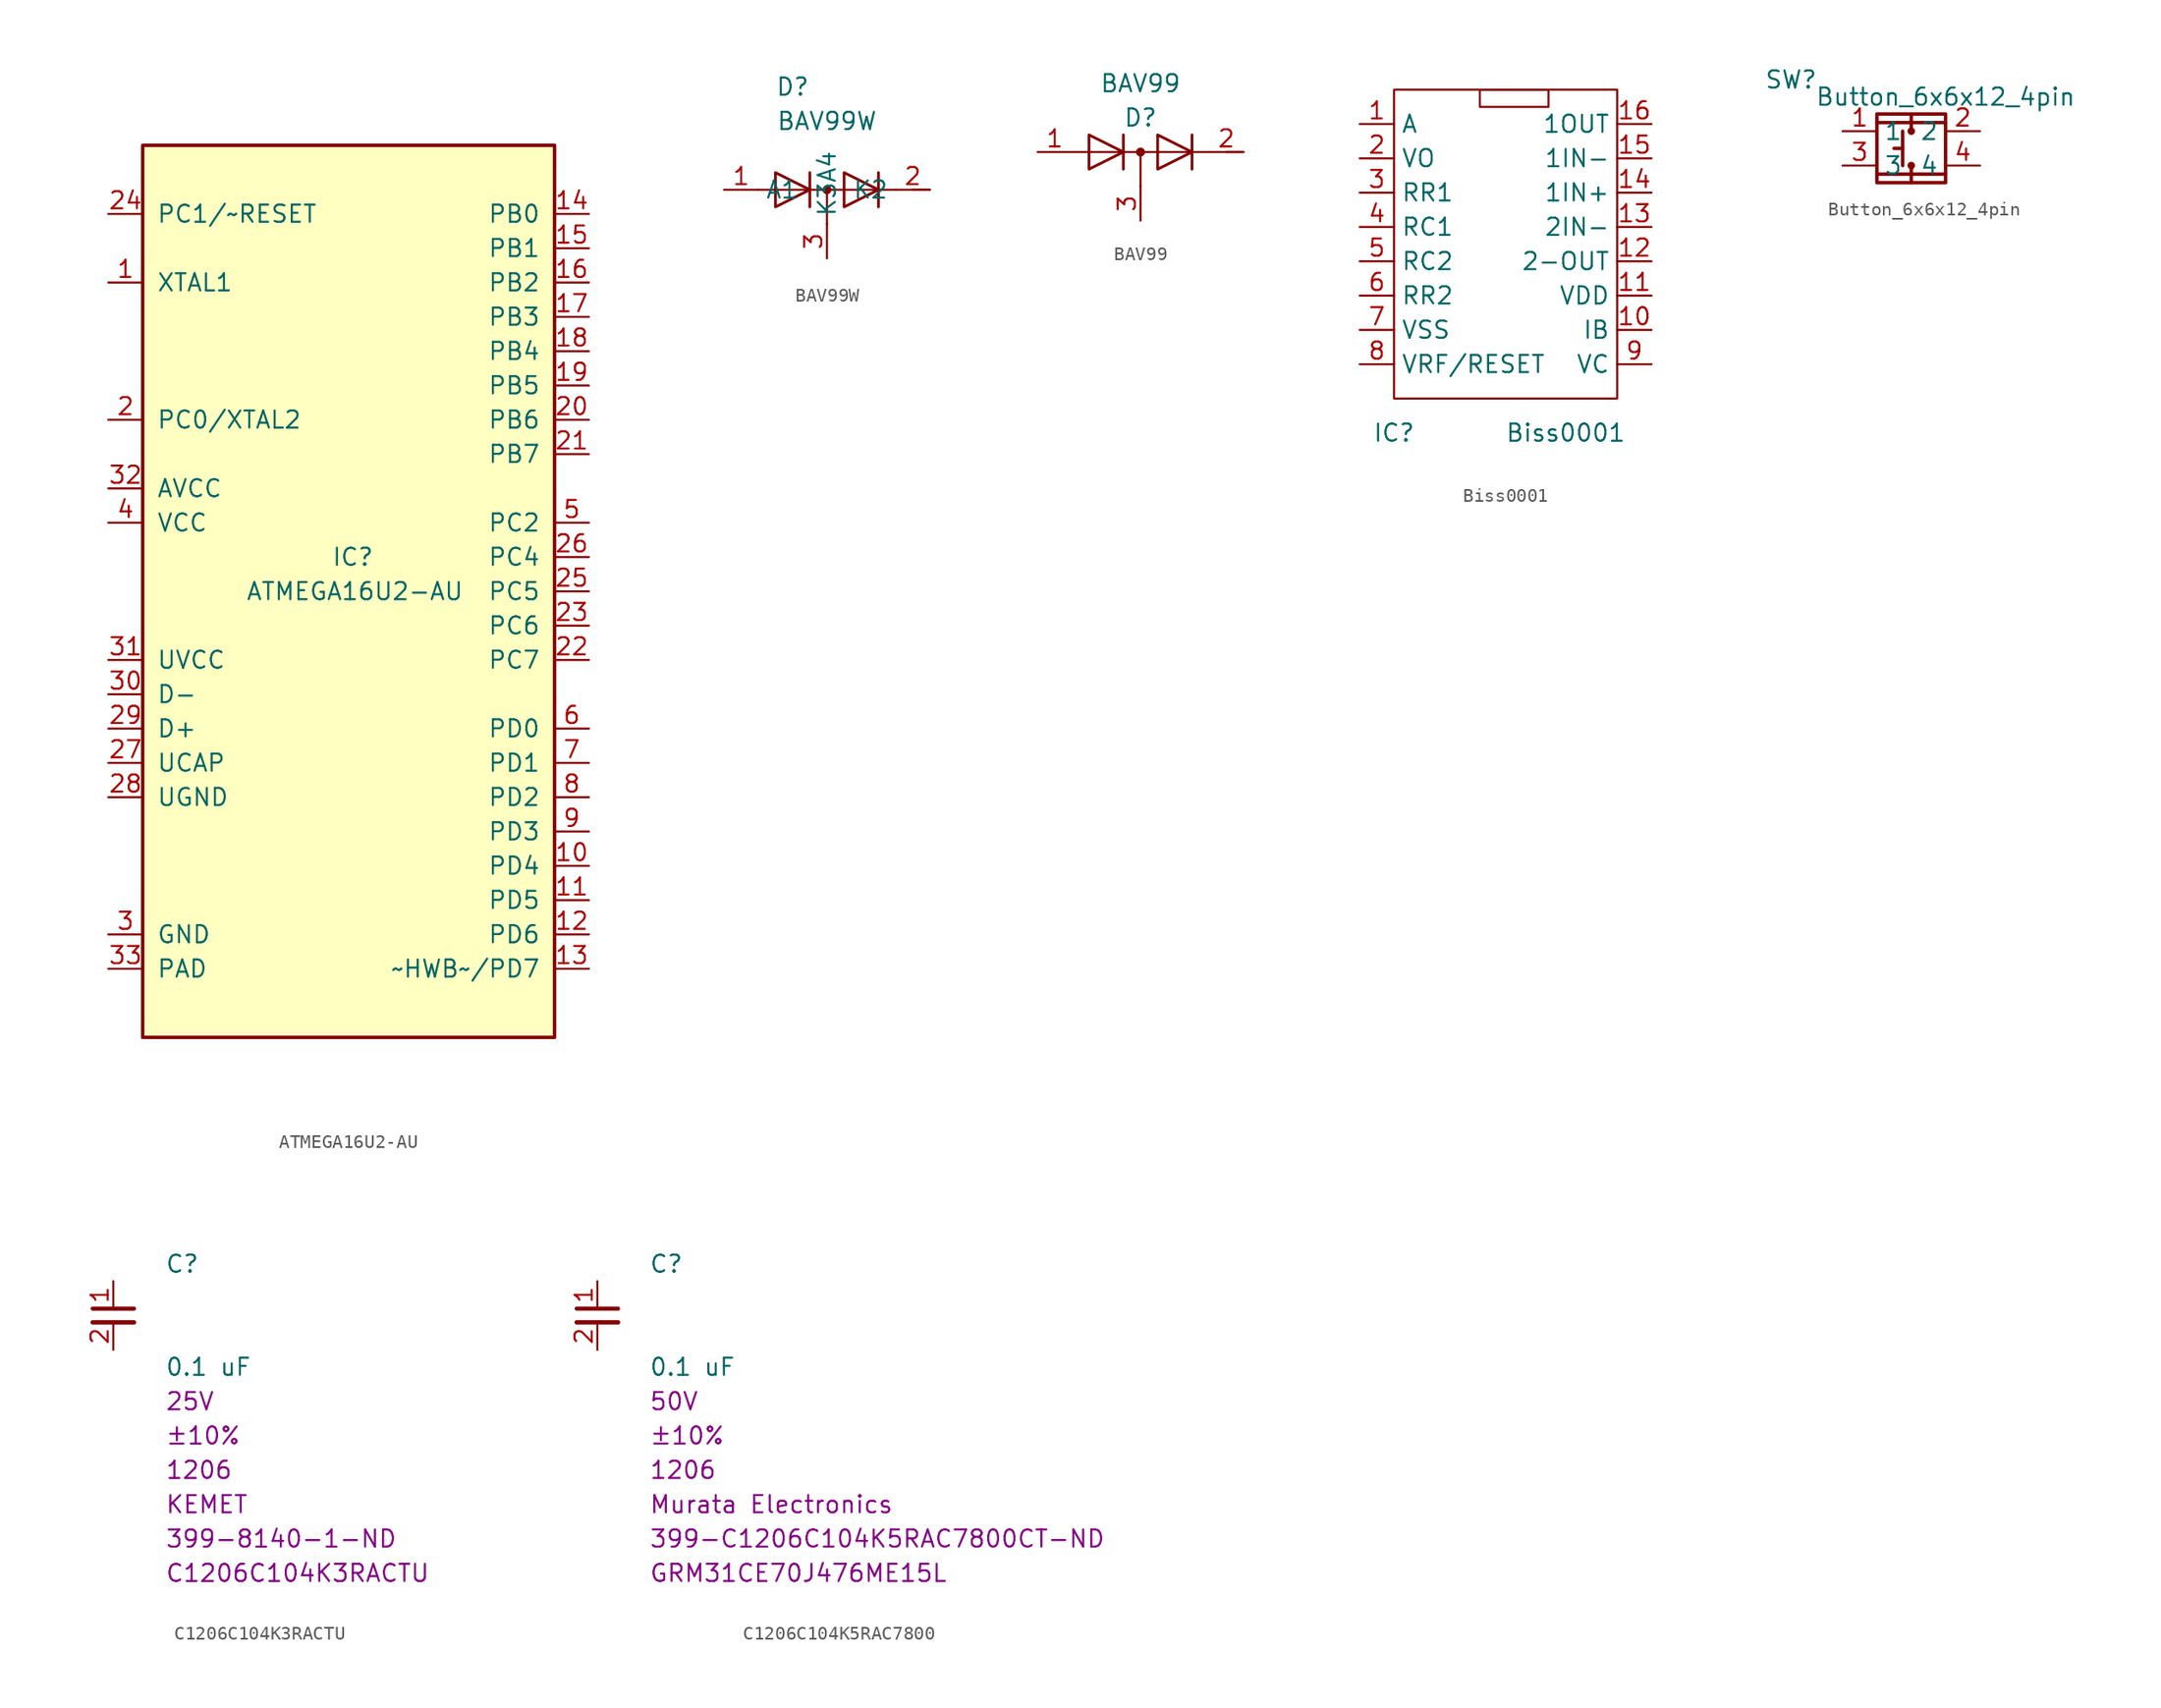
<source format=kicad_sym>
(kicad_symbol_lib
  (version 20220914)
  (generator kicad_symbol_editor)
  (symbol "ATMEGA16U2-AU"
    (pin_names
      (offset 1.016))
    (property "Reference" "IC"
      (at -1.27 2.54 0)
      (effects (font (size 1.27 1.27)) (justify left)))
    (property "Value" "ATMEGA16U2-AU"
      (at -7.62 0 0)
      (effects (font (size 1.27 1.27)) (justify left)))
    (symbol "ATMEGA16U2-AU_1_1"
      (rectangle (start -15.24 -33.02) (end 15.24 33.02) (stroke (width 0.254) (type default)) (fill (type background)))
      (pin input line (at -17.78 22.86 0) (length 2.54) (name "XTAL1" (effects (font (size 1.27 1.27)))) (number "1" (effects (font (size 1.27 1.27)))))
      (pin bidirectional line (at 17.78 -20.32 180) (length 2.54) (name "PD4" (effects (font (size 1.27 1.27)))) (number "10" (effects (font (size 1.27 1.27)))))
      (pin bidirectional line (at 17.78 -22.86 180) (length 2.54) (name "PD5" (effects (font (size 1.27 1.27)))) (number "11" (effects (font (size 1.27 1.27)))))
      (pin bidirectional line (at 17.78 -25.4 180) (length 2.54) (name "PD6" (effects (font (size 1.27 1.27)))) (number "12" (effects (font (size 1.27 1.27)))))
      (pin bidirectional line (at 17.78 -27.94 180) (length 2.54) (name "~HWB~/PD7" (effects (font (size 1.27 1.27)))) (number "13" (effects (font (size 1.27 1.27)))))
      (pin bidirectional line (at 17.78 27.94 180) (length 2.54) (name "PB0" (effects (font (size 1.27 1.27)))) (number "14" (effects (font (size 1.27 1.27)))))
      (pin bidirectional line (at 17.78 25.4 180) (length 2.54) (name "PB1" (effects (font (size 1.27 1.27)))) (number "15" (effects (font (size 1.27 1.27)))))
      (pin bidirectional line (at 17.78 22.86 180) (length 2.54) (name "PB2" (effects (font (size 1.27 1.27)))) (number "16" (effects (font (size 1.27 1.27)))))
      (pin bidirectional line (at 17.78 20.32 180) (length 2.54) (name "PB3" (effects (font (size 1.27 1.27)))) (number "17" (effects (font (size 1.27 1.27)))))
      (pin bidirectional line (at 17.78 17.78 180) (length 2.54) (name "PB4" (effects (font (size 1.27 1.27)))) (number "18" (effects (font (size 1.27 1.27)))))
      (pin bidirectional line (at 17.78 15.24 180) (length 2.54) (name "PB5" (effects (font (size 1.27 1.27)))) (number "19" (effects (font (size 1.27 1.27)))))
      (pin bidirectional line (at -17.78 12.7 0) (length 2.54) (name "PC0/XTAL2" (effects (font (size 1.27 1.27)))) (number "2" (effects (font (size 1.27 1.27)))))
      (pin bidirectional line (at 17.78 12.7 180) (length 2.54) (name "PB6" (effects (font (size 1.27 1.27)))) (number "20" (effects (font (size 1.27 1.27)))))
      (pin bidirectional line (at 17.78 10.16 180) (length 2.54) (name "PB7" (effects (font (size 1.27 1.27)))) (number "21" (effects (font (size 1.27 1.27)))))
      (pin bidirectional line (at 17.78 -5.08 180) (length 2.54) (name "PC7" (effects (font (size 1.27 1.27)))) (number "22" (effects (font (size 1.27 1.27)))))
      (pin bidirectional line (at 17.78 -2.54 180) (length 2.54) (name "PC6" (effects (font (size 1.27 1.27)))) (number "23" (effects (font (size 1.27 1.27)))))
      (pin bidirectional line (at -17.78 27.94 0) (length 2.54) (name "PC1/~RESET" (effects (font (size 1.27 1.27)))) (number "24" (effects (font (size 1.27 1.27)))))
      (pin bidirectional line (at 17.78 0 180) (length 2.54) (name "PC5" (effects (font (size 1.27 1.27)))) (number "25" (effects (font (size 1.27 1.27)))))
      (pin bidirectional line (at 17.78 2.54 180) (length 2.54) (name "PC4" (effects (font (size 1.27 1.27)))) (number "26" (effects (font (size 1.27 1.27)))))
      (pin passive line (at -17.78 -12.7 0) (length 2.54) (name "UCAP" (effects (font (size 1.27 1.27)))) (number "27" (effects (font (size 1.27 1.27)))))
      (pin power_in line (at -17.78 -15.24 0) (length 2.54) (name "UGND" (effects (font (size 1.27 1.27)))) (number "28" (effects (font (size 1.27 1.27)))))
      (pin bidirectional line (at -17.78 -10.16 0) (length 2.54) (name "D+" (effects (font (size 1.27 1.27)))) (number "29" (effects (font (size 1.27 1.27)))))
      (pin power_in line (at -17.78 -25.4 0) (length 2.54) (name "GND" (effects (font (size 1.27 1.27)))) (number "3" (effects (font (size 1.27 1.27)))))
      (pin bidirectional line (at -17.78 -7.62 0) (length 2.54) (name "D-" (effects (font (size 1.27 1.27)))) (number "30" (effects (font (size 1.27 1.27)))))
      (pin power_in line (at -17.78 -5.08 0) (length 2.54) (name "UVCC" (effects (font (size 1.27 1.27)))) (number "31" (effects (font (size 1.27 1.27)))))
      (pin power_in line (at -17.78 7.62 0) (length 2.54) (name "AVCC" (effects (font (size 1.27 1.27)))) (number "32" (effects (font (size 1.27 1.27)))))
      (pin power_in line (at -17.78 -27.94 0) (length 2.54) (name "PAD" (effects (font (size 1.27 1.27)))) (number "33" (effects (font (size 1.27 1.27)))))
      (pin power_in line (at -17.78 5.08 0) (length 2.54) (name "VCC" (effects (font (size 1.27 1.27)))) (number "4" (effects (font (size 1.27 1.27)))))
      (pin bidirectional line (at 17.78 5.08 180) (length 2.54) (name "PC2" (effects (font (size 1.27 1.27)))) (number "5" (effects (font (size 1.27 1.27)))))
      (pin bidirectional line (at 17.78 -10.16 180) (length 2.54) (name "PD0" (effects (font (size 1.27 1.27)))) (number "6" (effects (font (size 1.27 1.27)))))
      (pin bidirectional line (at 17.78 -12.7 180) (length 2.54) (name "PD1" (effects (font (size 1.27 1.27)))) (number "7" (effects (font (size 1.27 1.27)))))
      (pin bidirectional line (at 17.78 -15.24 180) (length 2.54) (name "PD2" (effects (font (size 1.27 1.27)))) (number "8" (effects (font (size 1.27 1.27)))))
      (pin bidirectional line (at 17.78 -17.78 180) (length 2.54) (name "PD3" (effects (font (size 1.27 1.27)))) (number "9" (effects (font (size 1.27 1.27)))))))
  (symbol "BAV99W"
    (property "Reference" "D"
      (at -2.54 7.62 0)
      (effects (font (size 1.27 1.27))))
    (property "Value" "BAV99W"
      (at 0 5.08 0)
      (effects (font (size 1.27 1.27))))
    (symbol "BAV99W_1_1"
      (polyline (pts (xy -5.08 0) (xy 5.08 0)) (stroke (width 0) (type default)) (fill (type none)))
      (polyline (pts (xy 0 0) (xy 0 -2.54)) (stroke (width 0) (type default)) (fill (type none)))
      (polyline (pts (xy 6.35 0) (xy 7.62 0)) (stroke (width 0) (type default)) (fill (type none)))
      (polyline (pts (xy -1.27 -1.27) (xy -1.27 1.27) (xy -1.27 1.27)) (stroke (width 0.203) (type default)) (fill (type none)))
      (polyline (pts (xy 3.81 1.27) (xy 3.81 -1.27) (xy 3.81 -1.27)) (stroke (width 0.203) (type default)) (fill (type none)))
      (polyline (pts (xy -3.81 1.27) (xy -1.27 0) (xy -3.81 -1.27) (xy -3.81 1.27) (xy -3.81 1.27) (xy -3.81 1.27)) (stroke (width 0.203) (type default)) (fill (type none)))
      (polyline (pts (xy 1.27 1.27) (xy 3.81 0) (xy 1.27 -1.27) (xy 1.27 1.27) (xy 1.27 1.27) (xy 1.27 1.27)) (stroke (width 0.203) (type default)) (fill (type none)))
      (circle (center 0 0) (radius 0.254) (stroke (width 0) (type default)) (fill (type outline)))
      (pin passive line (at -7.62 0 0) (length 2.54) (name "A1" (effects (font (size 1.27 1.27)))) (number "1" (effects (font (size 1.27 1.27)))))
      (pin passive line (at 7.62 0 180) (length 2.54) (name "K2" (effects (font (size 1.27 1.27)))) (number "2" (effects (font (size 1.27 1.27)))))
      (pin passive line (at 0 -5.08 90) (length 2.54) (name "K3A4" (effects (font (size 1.27 1.27)))) (number "3" (effects (font (size 1.27 1.27)))))))
  (symbol "BAV99"
    (pin_names
      (offset 0.025) hide)
    (property "Reference" "D"
      (at 0 2.54 0)
      (effects (font (size 1.27 1.27))))
    (property "Value" "BAV99"
      (at 0 5.08 0)
      (effects (font (size 1.27 1.27))))
    (symbol "BAV99_0_1"
      (polyline (pts (xy -5.08 0) (xy 5.08 0)) (stroke (width 0) (type default)) (fill (type none)))
      (polyline (pts (xy 0 0) (xy 0 -2.54)) (stroke (width 0) (type default)) (fill (type none)))
      (polyline (pts (xy -1.27 -1.27) (xy -1.27 1.27) (xy -1.27 1.27)) (stroke (width 0.203) (type default)) (fill (type none)))
      (polyline (pts (xy 3.81 1.27) (xy 3.81 -1.27) (xy 3.81 -1.27)) (stroke (width 0.203) (type default)) (fill (type none)))
      (polyline (pts (xy -3.81 1.27) (xy -1.27 0) (xy -3.81 -1.27) (xy -3.81 1.27) (xy -3.81 1.27) (xy -3.81 1.27)) (stroke (width 0.203) (type default)) (fill (type none)))
      (polyline (pts (xy 1.27 1.27) (xy 3.81 0) (xy 1.27 -1.27) (xy 1.27 1.27) (xy 1.27 1.27) (xy 1.27 1.27)) (stroke (width 0.203) (type default)) (fill (type none))))
    (symbol "BAV99_1_1"
      (polyline (pts (xy 6.35 0) (xy 7.62 0)) (stroke (width 0) (type default)) (fill (type none)))
      (circle (center 0 0) (radius 0.254) (stroke (width 0) (type default)) (fill (type outline)))
      (pin passive line (at -7.62 0 0) (length 2.54) (name "A1" (effects (font (size 1.27 1.27)))) (number "1" (effects (font (size 1.27 1.27)))))
      (pin passive line (at 7.62 0 180) (length 2.54) (name "K2" (effects (font (size 1.27 1.27)))) (number "2" (effects (font (size 1.27 1.27)))))
      (pin passive line (at 0 -5.08 90) (length 2.54) (name "K3A4" (effects (font (size 1.27 1.27)))) (number "3" (effects (font (size 1.27 1.27)))))))
  (symbol "Biss0001"
    (property "Reference" "IC"
      (at -8.89 -13.97 0)
      (effects (font (size 1.27 1.27))))
    (property "Value" "Biss0001"
      (at 3.81 -13.97 0)
      (effects (font (size 1.27 1.27))))
    (symbol "Biss0001_0_1"
      (rectangle (start -2.54 11.43) (end 2.54 10.16) (stroke (width 0) (type default)) (fill (type none)))
      (rectangle (start 7.62 11.43) (end -8.89 -11.43) (stroke (width 0) (type default)) (fill (type none))))
    (symbol "Biss0001_1_1"
      (pin input line (at -11.43 8.89 0) (length 2.54) (name "A" (effects (font (size 1.27 1.27)))) (number "1" (effects (font (size 1.27 1.27)))))
      (pin input line (at 10.16 -6.35 180) (length 2.54) (name "IB" (effects (font (size 1.27 1.27)))) (number "10" (effects (font (size 1.27 1.27)))))
      (pin input line (at 10.16 -3.81 180) (length 2.54) (name "VDD" (effects (font (size 1.27 1.27)))) (number "11" (effects (font (size 1.27 1.27)))))
      (pin input line (at 10.16 -1.27 180) (length 2.54) (name "2-OUT" (effects (font (size 1.27 1.27)))) (number "12" (effects (font (size 1.27 1.27)))))
      (pin input line (at 10.16 1.27 180) (length 2.54) (name "2IN-" (effects (font (size 1.27 1.27)))) (number "13" (effects (font (size 1.27 1.27)))))
      (pin input line (at 10.16 3.81 180) (length 2.54) (name "1IN+" (effects (font (size 1.27 1.27)))) (number "14" (effects (font (size 1.27 1.27)))))
      (pin input line (at 10.16 6.35 180) (length 2.54) (name "1IN-" (effects (font (size 1.27 1.27)))) (number "15" (effects (font (size 1.27 1.27)))))
      (pin input line (at 10.16 8.89 180) (length 2.54) (name "1OUT" (effects (font (size 1.27 1.27)))) (number "16" (effects (font (size 1.27 1.27)))))
      (pin input line (at -11.43 6.35 0) (length 2.54) (name "VO" (effects (font (size 1.27 1.27)))) (number "2" (effects (font (size 1.27 1.27)))))
      (pin input line (at -11.43 3.81 0) (length 2.54) (name "RR1" (effects (font (size 1.27 1.27)))) (number "3" (effects (font (size 1.27 1.27)))))
      (pin input line (at -11.43 1.27 0) (length 2.54) (name "RC1" (effects (font (size 1.27 1.27)))) (number "4" (effects (font (size 1.27 1.27)))))
      (pin input line (at -11.43 -1.27 0) (length 2.54) (name "RC2" (effects (font (size 1.27 1.27)))) (number "5" (effects (font (size 1.27 1.27)))))
      (pin input line (at -11.43 -3.81 0) (length 2.54) (name "RR2" (effects (font (size 1.27 1.27)))) (number "6" (effects (font (size 1.27 1.27)))))
      (pin input line (at -11.43 -6.35 0) (length 2.54) (name "VSS" (effects (font (size 1.27 1.27)))) (number "7" (effects (font (size 1.27 1.27)))))
      (pin input line (at -11.43 -8.89 0) (length 2.54) (name "VRF/RESET" (effects (font (size 1.27 1.27)))) (number "8" (effects (font (size 1.27 1.27)))))
      (pin input line (at 10.16 -8.89 180) (length 2.54) (name "VC" (effects (font (size 1.27 1.27)))) (number "9" (effects (font (size 1.27 1.27)))))))
  (symbol "Button_6x6x12_4pin"
    (property "Reference" "SW"
      (at -8.89 5.08 0)
      (effects (font (size 1.27 1.27))))
    (property "Value" "Button_6x6x12_4pin"
      (at 2.54 3.81 0)
      (effects (font (size 1.27 1.27))))
    (symbol "Button_6x6x12_4pin_0_1"
      (rectangle (start -2.54 2.54) (end 2.54 -2.54) (stroke (width 0.254) (type default)) (fill (type none)))
      (rectangle (start 0 -2.54) (end 0 -1.27) (stroke (width 0.254) (type default)) (fill (type none)))
      (circle (center 0 -1.27) (radius 0.152) (stroke (width 0.254) (type default)) (fill (type none)))
      (polyline (pts (xy -0.635 0) (xy -1.27 0)) (stroke (width 0.254) (type default)) (fill (type none)))
      (polyline (pts (xy -0.635 1.27) (xy -0.635 -1.27)) (stroke (width 0.254) (type default)) (fill (type none)))
      (polyline (pts (xy 0 -1.905) (xy -2.54 -1.905)) (stroke (width 0.254) (type default)) (fill (type none)))
      (polyline (pts (xy 0 -1.905) (xy 2.54 -1.905)) (stroke (width 0.254) (type default)) (fill (type none)))
      (polyline (pts (xy 0 1.905) (xy 2.54 1.905) (xy -2.54 1.905)) (stroke (width 0.254) (type default)) (fill (type none)))
      (circle (center 0 1.27) (radius 0.152) (stroke (width 0.254) (type default)) (fill (type none)))
      (rectangle (start 0 2.54) (end 0 1.27) (stroke (width 0.254) (type default)) (fill (type none))))
    (symbol "Button_6x6x12_4pin_1_1"
      (pin input line (at -5.08 1.27 0) (length 2.54) (name "1" (effects (font (size 1.27 1.27)))) (number "1" (effects (font (size 1.27 1.27)))))
      (pin input line (at 5.08 1.27 180) (length 2.54) (name "2" (effects (font (size 1.27 1.27)))) (number "2" (effects (font (size 1.27 1.27)))))
      (pin input line (at -5.08 -1.27 0) (length 2.54) (name "3" (effects (font (size 1.27 1.27)))) (number "3" (effects (font (size 1.27 1.27)))))
      (pin input line (at 5.08 -1.27 180) (length 2.54) (name "4" (effects (font (size 1.27 1.27)))) (number "4" (effects (font (size 1.27 1.27)))))))
  (symbol "C1206C104K3RACTU"
    (property "Reference" "C"
      (at 3.81 3.81 0)
      (effects (font (size 1.27 1.27)) (justify left)))
    (property "Value" "C1206C104K3RACTU"
      (at 3.81 1.27 0)
      (effects (font (size 1.27 1.27)) (justify left)))
    (property "value" "0.1 uF"
      (at 3.81 -3.81 0)
      (effects (font (size 1.27 1.27)) (justify left)))
    (property "Tolerance" "±10%"
      (at 3.81 -8.89 0)
      (effects (font (size 1.27 1.27)) (justify left)))
    (property "MAX Voltage" "25V"
      (at 3.81 -6.35 0)
      (effects (font (size 1.27 1.27)) (justify left)))
    (property "Chip Set" "1206"
      (at 3.81 -11.43 0)
      (effects (font (size 1.27 1.27)) (justify left)))
    (property "Manufacturer" "KEMET"
      (at 3.81 -13.97 0)
      (effects (font (size 1.27 1.27)) (justify left)))
    (property "MPN" "C1206C104K3RACTU"
      (at 3.81 -19.05 0)
      (effects (font (size 1.27 1.27)) (justify left)))
    (property "Digi-Key_PN" "399-8140-1-ND"
      (at 3.81 -16.51 0)
      (effects (font (size 1.27 1.27)) (justify left)))
    (symbol "C1206C104K3RACTU_1_1"
      (polyline (pts (xy -1.524 -0.508) (xy 1.524 -0.508)) (stroke (width 0.33) (type default)) (fill (type none)))
      (polyline (pts (xy -1.524 0.508) (xy 1.524 0.508)) (stroke (width 0.305) (type default)) (fill (type none)))
      (pin passive line (at 0 2.54 270) (length 2.032) (name "~" (effects (font (size 1.27 1.27)))) (number "1" (effects (font (size 1.27 1.27)))))
      (pin passive line (at 0 -2.54 90) (length 2.032) (name "~" (effects (font (size 1.27 1.27)))) (number "2" (effects (font (size 1.27 1.27)))))))
  (symbol "C1206C104K5RAC7800"
    (property "Reference" "C"
      (at 3.81 3.81 0)
      (effects (font (size 1.27 1.27)) (justify left)))
    (property "Value" "C1206C104K5RAC7800"
      (at 3.81 1.27 0)
      (effects (font (size 1.27 1.27)) (justify left)))
    (property "value" "0.1 uF"
      (at 3.81 -3.81 0)
      (effects (font (size 1.27 1.27)) (justify left)))
    (property "Tolerance" "±10%"
      (at 3.81 -8.89 0)
      (effects (font (size 1.27 1.27)) (justify left)))
    (property "MAX Voltage" "50V"
      (at 3.81 -6.35 0)
      (effects (font (size 1.27 1.27)) (justify left)))
    (property "Chip Set" "1206"
      (at 3.81 -11.43 0)
      (effects (font (size 1.27 1.27)) (justify left)))
    (property "Manufacturer" "Murata Electronics"
      (at 3.81 -13.97 0)
      (effects (font (size 1.27 1.27)) (justify left)))
    (property "MPN" "GRM31CE70J476ME15L"
      (at 3.81 -19.05 0)
      (effects (font (size 1.27 1.27)) (justify left)))
    (property "Digi-Key_PN" "399-C1206C104K5RAC7800CT-ND"
      (at 3.81 -16.51 0)
      (effects (font (size 1.27 1.27)) (justify left)))
    (symbol "C1206C104K5RAC7800_1_1"
      (polyline (pts (xy -1.524 -0.508) (xy 1.524 -0.508)) (stroke (width 0.33) (type default)) (fill (type none)))
      (polyline (pts (xy -1.524 0.508) (xy 1.524 0.508)) (stroke (width 0.305) (type default)) (fill (type none)))
      (pin passive line (at 0 2.54 270) (length 2.032) (name "~" (effects (font (size 1.27 1.27)))) (number "1" (effects (font (size 1.27 1.27)))))
      (pin passive line (at 0 -2.54 90) (length 2.032) (name "~" (effects (font (size 1.27 1.27)))) (number "2" (effects (font (size 1.27 1.27))))))))
</source>
